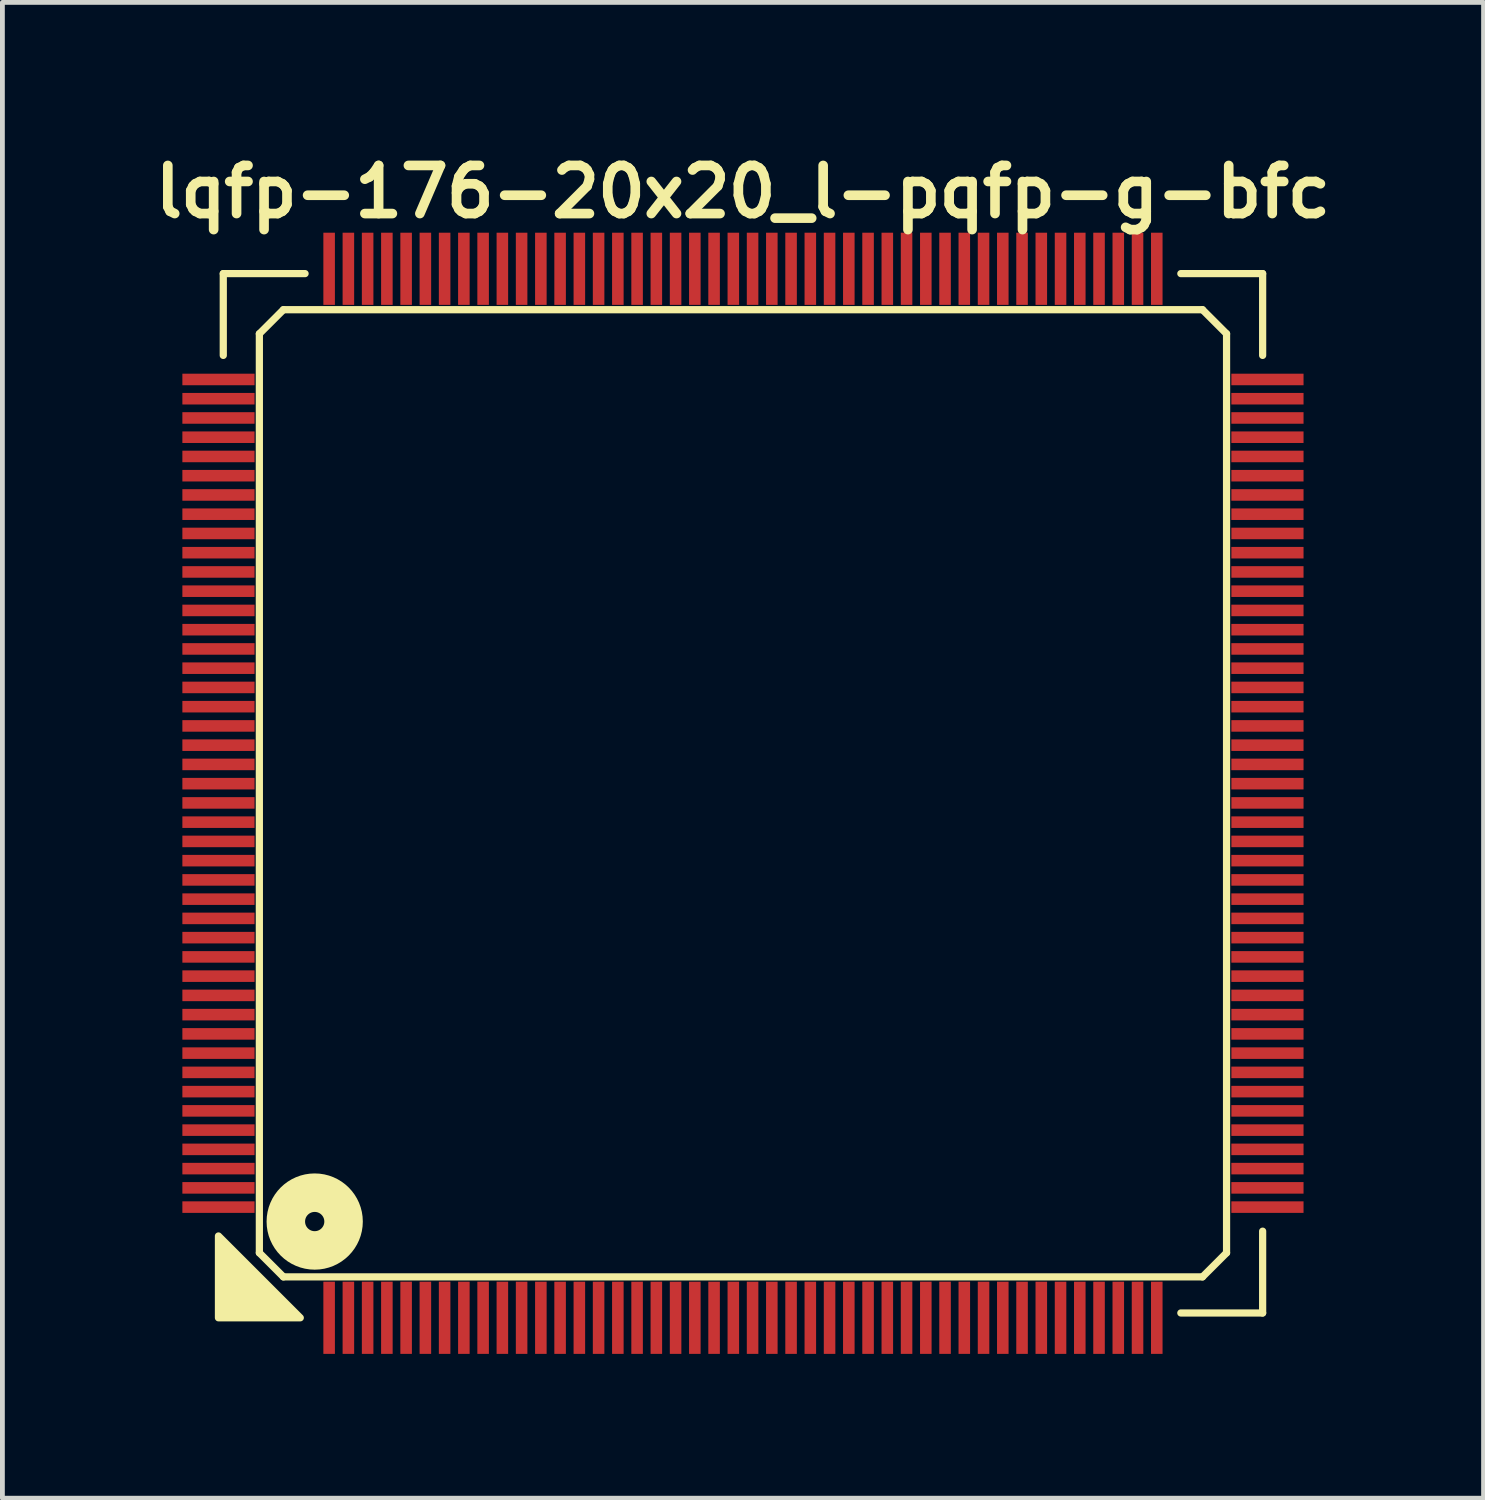
<source format=kicad_pcb>
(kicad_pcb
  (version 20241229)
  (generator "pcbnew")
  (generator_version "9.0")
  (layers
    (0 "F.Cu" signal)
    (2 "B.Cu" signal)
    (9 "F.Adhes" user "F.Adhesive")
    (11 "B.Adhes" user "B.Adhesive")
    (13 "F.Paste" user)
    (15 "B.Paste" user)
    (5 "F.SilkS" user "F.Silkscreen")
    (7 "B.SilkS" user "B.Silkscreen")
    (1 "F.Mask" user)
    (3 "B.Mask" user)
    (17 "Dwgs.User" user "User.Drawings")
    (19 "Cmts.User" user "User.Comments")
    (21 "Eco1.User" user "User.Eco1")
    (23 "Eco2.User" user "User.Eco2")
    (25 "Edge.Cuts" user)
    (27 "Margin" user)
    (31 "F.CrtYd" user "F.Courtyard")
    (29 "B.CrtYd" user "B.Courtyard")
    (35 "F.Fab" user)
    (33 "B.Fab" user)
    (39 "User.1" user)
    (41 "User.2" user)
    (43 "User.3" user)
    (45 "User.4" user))
  (footprint "lqfp-176-20x20_l-pqfp-g-bfc"
    (layer "F.Cu")
    (at 12.39 13.436)
    (property "Reference" "lqfp-176-20x20_l-pqfp-g-bfc" (at 0 -12.5 0) (layer "F.SilkS") (effects (font (size 1 1) (thickness 0.2))))
    (attr smd)
    (fp_line (start -10.8 -10.8) (end -9.1 -10.8) (stroke (width 0.15) (type solid)) (layer "F.SilkS"))
    (fp_line (start -10.8 -9.1) (end -10.8 -10.8) (stroke (width 0.15) (type solid)) (layer "F.SilkS"))
    (fp_line (start -10.05 -9.55) (end -9.55 -10.05) (stroke (width 0.15) (type solid)) (layer "F.SilkS"))
    (fp_line (start -10.05 9.55) (end -10.05 -9.55) (stroke (width 0.15) (type solid)) (layer "F.SilkS"))
    (fp_line (start -9.55 -10.05) (end 9.55 -10.05) (stroke (width 0.15) (type solid)) (layer "F.SilkS"))
    (fp_line (start -9.55 10.05) (end -10.05 9.55) (stroke (width 0.15) (type solid)) (layer "F.SilkS"))
    (fp_line (start 9.1 -10.8) (end 10.8 -10.8) (stroke (width 0.15) (type solid)) (layer "F.SilkS"))
    (fp_line (start 9.55 -10.05) (end 10.05 -9.55) (stroke (width 0.15) (type solid)) (layer "F.SilkS"))
    (fp_line (start 9.55 10.05) (end -9.55 10.05) (stroke (width 0.15) (type solid)) (layer "F.SilkS"))
    (fp_line (start 10.05 -9.55) (end 10.05 9.55) (stroke (width 0.15) (type solid)) (layer "F.SilkS"))
    (fp_line (start 10.05 9.55) (end 9.55 10.05) (stroke (width 0.15) (type solid)) (layer "F.SilkS"))
    (fp_line (start 10.8 -10.8) (end 10.8 -9.1) (stroke (width 0.15) (type solid)) (layer "F.SilkS"))
    (fp_line (start 10.8 9.1) (end 10.8 10.8) (stroke (width 0.15) (type solid)) (layer "F.SilkS"))
    (fp_line (start 10.8 10.8) (end 9.1 10.8) (stroke (width 0.15) (type solid)) (layer "F.SilkS"))
    (fp_circle (center -8.9 8.9) (end -8.7 8.9) (stroke (width 0.8) (type solid)) (fill no) (layer "F.SilkS"))
    (fp_poly (pts (xy -9.2 10.9) (xy -10.9 10.9) (xy -10.9 9.2)) (stroke (width 0.15) (type solid)) (fill yes) (layer "F.SilkS"))
    (pad "1" smd rect (at -8.6 10.9) (size 0.24 1.5) (layers "F.Cu" "F.Mask" "F.Paste"))
    (pad "2" smd rect (at -8.2 10.9) (size 0.24 1.5) (layers "F.Cu" "F.Mask" "F.Paste"))
    (pad "3" smd rect (at -7.8 10.9) (size 0.24 1.5) (layers "F.Cu" "F.Mask" "F.Paste"))
    (pad "4" smd rect (at -7.4 10.9) (size 0.24 1.5) (layers "F.Cu" "F.Mask" "F.Paste"))
    (pad "5" smd rect (at -7 10.9) (size 0.24 1.5) (layers "F.Cu" "F.Mask" "F.Paste"))
    (pad "6" smd rect (at -6.6 10.9) (size 0.24 1.5) (layers "F.Cu" "F.Mask" "F.Paste"))
    (pad "7" smd rect (at -6.2 10.9) (size 0.24 1.5) (layers "F.Cu" "F.Mask" "F.Paste"))
    (pad "8" smd rect (at -5.8 10.9) (size 0.24 1.5) (layers "F.Cu" "F.Mask" "F.Paste"))
    (pad "9" smd rect (at -5.4 10.9) (size 0.24 1.5) (layers "F.Cu" "F.Mask" "F.Paste"))
    (pad "10" smd rect (at -5 10.9) (size 0.24 1.5) (layers "F.Cu" "F.Mask" "F.Paste"))
    (pad "11" smd rect (at -4.6 10.9) (size 0.24 1.5) (layers "F.Cu" "F.Mask" "F.Paste"))
    (pad "12" smd rect (at -4.2 10.9) (size 0.24 1.5) (layers "F.Cu" "F.Mask" "F.Paste"))
    (pad "13" smd rect (at -3.8 10.9) (size 0.24 1.5) (layers "F.Cu" "F.Mask" "F.Paste"))
    (pad "14" smd rect (at -3.4 10.9) (size 0.24 1.5) (layers "F.Cu" "F.Mask" "F.Paste"))
    (pad "15" smd rect (at -3 10.9) (size 0.24 1.5) (layers "F.Cu" "F.Mask" "F.Paste"))
    (pad "16" smd rect (at -2.6 10.9) (size 0.24 1.5) (layers "F.Cu" "F.Mask" "F.Paste"))
    (pad "17" smd rect (at -2.2 10.9) (size 0.24 1.5) (layers "F.Cu" "F.Mask" "F.Paste"))
    (pad "18" smd rect (at -1.8 10.9) (size 0.24 1.5) (layers "F.Cu" "F.Mask" "F.Paste"))
    (pad "19" smd rect (at -1.4 10.9) (size 0.24 1.5) (layers "F.Cu" "F.Mask" "F.Paste"))
    (pad "20" smd rect (at -1 10.9) (size 0.24 1.5) (layers "F.Cu" "F.Mask" "F.Paste"))
    (pad "21" smd rect (at -0.6 10.9) (size 0.24 1.5) (layers "F.Cu" "F.Mask" "F.Paste"))
    (pad "22" smd rect (at -0.2 10.9) (size 0.24 1.5) (layers "F.Cu" "F.Mask" "F.Paste"))
    (pad "23" smd rect (at 0.2 10.9) (size 0.24 1.5) (layers "F.Cu" "F.Mask" "F.Paste"))
    (pad "24" smd rect (at 0.6 10.9) (size 0.24 1.5) (layers "F.Cu" "F.Mask" "F.Paste"))
    (pad "25" smd rect (at 1 10.9) (size 0.24 1.5) (layers "F.Cu" "F.Mask" "F.Paste"))
    (pad "26" smd rect (at 1.4 10.9) (size 0.24 1.5) (layers "F.Cu" "F.Mask" "F.Paste"))
    (pad "27" smd rect (at 1.8 10.9) (size 0.24 1.5) (layers "F.Cu" "F.Mask" "F.Paste"))
    (pad "28" smd rect (at 2.2 10.9) (size 0.24 1.5) (layers "F.Cu" "F.Mask" "F.Paste"))
    (pad "29" smd rect (at 2.6 10.9) (size 0.24 1.5) (layers "F.Cu" "F.Mask" "F.Paste"))
    (pad "30" smd rect (at 3 10.9) (size 0.24 1.5) (layers "F.Cu" "F.Mask" "F.Paste"))
    (pad "31" smd rect (at 3.4 10.9) (size 0.24 1.5) (layers "F.Cu" "F.Mask" "F.Paste"))
    (pad "32" smd rect (at 3.8 10.9) (size 0.24 1.5) (layers "F.Cu" "F.Mask" "F.Paste"))
    (pad "33" smd rect (at 4.2 10.9) (size 0.24 1.5) (layers "F.Cu" "F.Mask" "F.Paste"))
    (pad "34" smd rect (at 4.6 10.9) (size 0.24 1.5) (layers "F.Cu" "F.Mask" "F.Paste"))
    (pad "35" smd rect (at 5 10.9) (size 0.24 1.5) (layers "F.Cu" "F.Mask" "F.Paste"))
    (pad "36" smd rect (at 5.4 10.9) (size 0.24 1.5) (layers "F.Cu" "F.Mask" "F.Paste"))
    (pad "37" smd rect (at 5.8 10.9) (size 0.24 1.5) (layers "F.Cu" "F.Mask" "F.Paste"))
    (pad "38" smd rect (at 6.2 10.9) (size 0.24 1.5) (layers "F.Cu" "F.Mask" "F.Paste"))
    (pad "39" smd rect (at 6.6 10.9) (size 0.24 1.5) (layers "F.Cu" "F.Mask" "F.Paste"))
    (pad "40" smd rect (at 7 10.9) (size 0.24 1.5) (layers "F.Cu" "F.Mask" "F.Paste"))
    (pad "41" smd rect (at 7.4 10.9) (size 0.24 1.5) (layers "F.Cu" "F.Mask" "F.Paste"))
    (pad "42" smd rect (at 7.8 10.9) (size 0.24 1.5) (layers "F.Cu" "F.Mask" "F.Paste"))
    (pad "43" smd rect (at 8.2 10.9) (size 0.24 1.5) (layers "F.Cu" "F.Mask" "F.Paste"))
    (pad "44" smd rect (at 8.6 10.9) (size 0.24 1.5) (layers "F.Cu" "F.Mask" "F.Paste"))
    (pad "45" smd rect (at 10.9 8.6) (size 1.5 0.24) (layers "F.Cu" "F.Mask" "F.Paste"))
    (pad "46" smd rect (at 10.9 8.2) (size 1.5 0.24) (layers "F.Cu" "F.Mask" "F.Paste"))
    (pad "47" smd rect (at 10.9 7.8) (size 1.5 0.24) (layers "F.Cu" "F.Mask" "F.Paste"))
    (pad "48" smd rect (at 10.9 7.4) (size 1.5 0.24) (layers "F.Cu" "F.Mask" "F.Paste"))
    (pad "49" smd rect (at 10.9 7) (size 1.5 0.24) (layers "F.Cu" "F.Mask" "F.Paste"))
    (pad "50" smd rect (at 10.9 6.6) (size 1.5 0.24) (layers "F.Cu" "F.Mask" "F.Paste"))
    (pad "51" smd rect (at 10.9 6.2) (size 1.5 0.24) (layers "F.Cu" "F.Mask" "F.Paste"))
    (pad "52" smd rect (at 10.9 5.8) (size 1.5 0.24) (layers "F.Cu" "F.Mask" "F.Paste"))
    (pad "53" smd rect (at 10.9 5.4) (size 1.5 0.24) (layers "F.Cu" "F.Mask" "F.Paste"))
    (pad "54" smd rect (at 10.9 5) (size 1.5 0.24) (layers "F.Cu" "F.Mask" "F.Paste"))
    (pad "55" smd rect (at 10.9 4.6) (size 1.5 0.24) (layers "F.Cu" "F.Mask" "F.Paste"))
    (pad "56" smd rect (at 10.9 4.2) (size 1.5 0.24) (layers "F.Cu" "F.Mask" "F.Paste"))
    (pad "57" smd rect (at 10.9 3.8) (size 1.5 0.24) (layers "F.Cu" "F.Mask" "F.Paste"))
    (pad "58" smd rect (at 10.9 3.4) (size 1.5 0.24) (layers "F.Cu" "F.Mask" "F.Paste"))
    (pad "59" smd rect (at 10.9 3) (size 1.5 0.24) (layers "F.Cu" "F.Mask" "F.Paste"))
    (pad "60" smd rect (at 10.9 2.6) (size 1.5 0.24) (layers "F.Cu" "F.Mask" "F.Paste"))
    (pad "61" smd rect (at 10.9 2.2) (size 1.5 0.24) (layers "F.Cu" "F.Mask" "F.Paste"))
    (pad "62" smd rect (at 10.9 1.8) (size 1.5 0.24) (layers "F.Cu" "F.Mask" "F.Paste"))
    (pad "63" smd rect (at 10.9 1.4) (size 1.5 0.24) (layers "F.Cu" "F.Mask" "F.Paste"))
    (pad "64" smd rect (at 10.9 1) (size 1.5 0.24) (layers "F.Cu" "F.Mask" "F.Paste"))
    (pad "65" smd rect (at 10.9 0.6) (size 1.5 0.24) (layers "F.Cu" "F.Mask" "F.Paste"))
    (pad "66" smd rect (at 10.9 0.2) (size 1.5 0.24) (layers "F.Cu" "F.Mask" "F.Paste"))
    (pad "67" smd rect (at 10.9 -0.2) (size 1.5 0.24) (layers "F.Cu" "F.Mask" "F.Paste"))
    (pad "68" smd rect (at 10.9 -0.6) (size 1.5 0.24) (layers "F.Cu" "F.Mask" "F.Paste"))
    (pad "69" smd rect (at 10.9 -1) (size 1.5 0.24) (layers "F.Cu" "F.Mask" "F.Paste"))
    (pad "70" smd rect (at 10.9 -1.4) (size 1.5 0.24) (layers "F.Cu" "F.Mask" "F.Paste"))
    (pad "71" smd rect (at 10.9 -1.8) (size 1.5 0.24) (layers "F.Cu" "F.Mask" "F.Paste"))
    (pad "72" smd rect (at 10.9 -2.2) (size 1.5 0.24) (layers "F.Cu" "F.Mask" "F.Paste"))
    (pad "73" smd rect (at 10.9 -2.6) (size 1.5 0.24) (layers "F.Cu" "F.Mask" "F.Paste"))
    (pad "74" smd rect (at 10.9 -3) (size 1.5 0.24) (layers "F.Cu" "F.Mask" "F.Paste"))
    (pad "75" smd rect (at 10.9 -3.4) (size 1.5 0.24) (layers "F.Cu" "F.Mask" "F.Paste"))
    (pad "76" smd rect (at 10.9 -3.8) (size 1.5 0.24) (layers "F.Cu" "F.Mask" "F.Paste"))
    (pad "77" smd rect (at 10.9 -4.2) (size 1.5 0.24) (layers "F.Cu" "F.Mask" "F.Paste"))
    (pad "78" smd rect (at 10.9 -4.6) (size 1.5 0.24) (layers "F.Cu" "F.Mask" "F.Paste"))
    (pad "79" smd rect (at 10.9 -5) (size 1.5 0.24) (layers "F.Cu" "F.Mask" "F.Paste"))
    (pad "80" smd rect (at 10.9 -5.4) (size 1.5 0.24) (layers "F.Cu" "F.Mask" "F.Paste"))
    (pad "81" smd rect (at 10.9 -5.8) (size 1.5 0.24) (layers "F.Cu" "F.Mask" "F.Paste"))
    (pad "82" smd rect (at 10.9 -6.2) (size 1.5 0.24) (layers "F.Cu" "F.Mask" "F.Paste"))
    (pad "83" smd rect (at 10.9 -6.6) (size 1.5 0.24) (layers "F.Cu" "F.Mask" "F.Paste"))
    (pad "84" smd rect (at 10.9 -7) (size 1.5 0.24) (layers "F.Cu" "F.Mask" "F.Paste"))
    (pad "85" smd rect (at 10.9 -7.4) (size 1.5 0.24) (layers "F.Cu" "F.Mask" "F.Paste"))
    (pad "86" smd rect (at 10.9 -7.8) (size 1.5 0.24) (layers "F.Cu" "F.Mask" "F.Paste"))
    (pad "87" smd rect (at 10.9 -8.2) (size 1.5 0.24) (layers "F.Cu" "F.Mask" "F.Paste"))
    (pad "88" smd rect (at 10.9 -8.6) (size 1.5 0.24) (layers "F.Cu" "F.Mask" "F.Paste"))
    (pad "89" smd rect (at 8.6 -10.9) (size 0.24 1.5) (layers "F.Cu" "F.Mask" "F.Paste"))
    (pad "90" smd rect (at 8.2 -10.9) (size 0.24 1.5) (layers "F.Cu" "F.Mask" "F.Paste"))
    (pad "91" smd rect (at 7.8 -10.9) (size 0.24 1.5) (layers "F.Cu" "F.Mask" "F.Paste"))
    (pad "92" smd rect (at 7.4 -10.9) (size 0.24 1.5) (layers "F.Cu" "F.Mask" "F.Paste"))
    (pad "93" smd rect (at 7 -10.9) (size 0.24 1.5) (layers "F.Cu" "F.Mask" "F.Paste"))
    (pad "94" smd rect (at 6.6 -10.9) (size 0.24 1.5) (layers "F.Cu" "F.Mask" "F.Paste"))
    (pad "95" smd rect (at 6.2 -10.9) (size 0.24 1.5) (layers "F.Cu" "F.Mask" "F.Paste"))
    (pad "96" smd rect (at 5.8 -10.9) (size 0.24 1.5) (layers "F.Cu" "F.Mask" "F.Paste"))
    (pad "97" smd rect (at 5.4 -10.9) (size 0.24 1.5) (layers "F.Cu" "F.Mask" "F.Paste"))
    (pad "98" smd rect (at 5 -10.9) (size 0.24 1.5) (layers "F.Cu" "F.Mask" "F.Paste"))
    (pad "99" smd rect (at 4.6 -10.9) (size 0.24 1.5) (layers "F.Cu" "F.Mask" "F.Paste"))
    (pad "100" smd rect (at 4.2 -10.9) (size 0.24 1.5) (layers "F.Cu" "F.Mask" "F.Paste"))
    (pad "101" smd rect (at 3.8 -10.9) (size 0.24 1.5) (layers "F.Cu" "F.Mask" "F.Paste"))
    (pad "102" smd rect (at 3.4 -10.9) (size 0.24 1.5) (layers "F.Cu" "F.Mask" "F.Paste"))
    (pad "103" smd rect (at 3 -10.9) (size 0.24 1.5) (layers "F.Cu" "F.Mask" "F.Paste"))
    (pad "104" smd rect (at 2.6 -10.9) (size 0.24 1.5) (layers "F.Cu" "F.Mask" "F.Paste"))
    (pad "105" smd rect (at 2.2 -10.9) (size 0.24 1.5) (layers "F.Cu" "F.Mask" "F.Paste"))
    (pad "106" smd rect (at 1.8 -10.9) (size 0.24 1.5) (layers "F.Cu" "F.Mask" "F.Paste"))
    (pad "107" smd rect (at 1.4 -10.9) (size 0.24 1.5) (layers "F.Cu" "F.Mask" "F.Paste"))
    (pad "108" smd rect (at 1 -10.9) (size 0.24 1.5) (layers "F.Cu" "F.Mask" "F.Paste"))
    (pad "109" smd rect (at 0.6 -10.9) (size 0.24 1.5) (layers "F.Cu" "F.Mask" "F.Paste"))
    (pad "110" smd rect (at 0.2 -10.9) (size 0.24 1.5) (layers "F.Cu" "F.Mask" "F.Paste"))
    (pad "111" smd rect (at -0.2 -10.9) (size 0.24 1.5) (layers "F.Cu" "F.Mask" "F.Paste"))
    (pad "112" smd rect (at -0.6 -10.9) (size 0.24 1.5) (layers "F.Cu" "F.Mask" "F.Paste"))
    (pad "113" smd rect (at -1 -10.9) (size 0.24 1.5) (layers "F.Cu" "F.Mask" "F.Paste"))
    (pad "114" smd rect (at -1.4 -10.9) (size 0.24 1.5) (layers "F.Cu" "F.Mask" "F.Paste"))
    (pad "115" smd rect (at -1.8 -10.9) (size 0.24 1.5) (layers "F.Cu" "F.Mask" "F.Paste"))
    (pad "116" smd rect (at -2.2 -10.9) (size 0.24 1.5) (layers "F.Cu" "F.Mask" "F.Paste"))
    (pad "117" smd rect (at -2.6 -10.9) (size 0.24 1.5) (layers "F.Cu" "F.Mask" "F.Paste"))
    (pad "118" smd rect (at -3 -10.9) (size 0.24 1.5) (layers "F.Cu" "F.Mask" "F.Paste"))
    (pad "119" smd rect (at -3.4 -10.9) (size 0.24 1.5) (layers "F.Cu" "F.Mask" "F.Paste"))
    (pad "120" smd rect (at -3.8 -10.9) (size 0.24 1.5) (layers "F.Cu" "F.Mask" "F.Paste"))
    (pad "121" smd rect (at -4.2 -10.9) (size 0.24 1.5) (layers "F.Cu" "F.Mask" "F.Paste"))
    (pad "122" smd rect (at -4.6 -10.9) (size 0.24 1.5) (layers "F.Cu" "F.Mask" "F.Paste"))
    (pad "123" smd rect (at -5 -10.9) (size 0.24 1.5) (layers "F.Cu" "F.Mask" "F.Paste"))
    (pad "124" smd rect (at -5.4 -10.9) (size 0.24 1.5) (layers "F.Cu" "F.Mask" "F.Paste"))
    (pad "125" smd rect (at -5.8 -10.9) (size 0.24 1.5) (layers "F.Cu" "F.Mask" "F.Paste"))
    (pad "126" smd rect (at -6.2 -10.9) (size 0.24 1.5) (layers "F.Cu" "F.Mask" "F.Paste"))
    (pad "127" smd rect (at -6.6 -10.9) (size 0.24 1.5) (layers "F.Cu" "F.Mask" "F.Paste"))
    (pad "128" smd rect (at -7 -10.9) (size 0.24 1.5) (layers "F.Cu" "F.Mask" "F.Paste"))
    (pad "129" smd rect (at -7.4 -10.9) (size 0.24 1.5) (layers "F.Cu" "F.Mask" "F.Paste"))
    (pad "130" smd rect (at -7.8 -10.9) (size 0.24 1.5) (layers "F.Cu" "F.Mask" "F.Paste"))
    (pad "131" smd rect (at -8.2 -10.9) (size 0.24 1.5) (layers "F.Cu" "F.Mask" "F.Paste"))
    (pad "132" smd rect (at -8.6 -10.9) (size 0.24 1.5) (layers "F.Cu" "F.Mask" "F.Paste"))
    (pad "133" smd rect (at -10.9 -8.6) (size 1.5 0.24) (layers "F.Cu" "F.Mask" "F.Paste"))
    (pad "134" smd rect (at -10.9 -8.2) (size 1.5 0.24) (layers "F.Cu" "F.Mask" "F.Paste"))
    (pad "135" smd rect (at -10.9 -7.8) (size 1.5 0.24) (layers "F.Cu" "F.Mask" "F.Paste"))
    (pad "136" smd rect (at -10.9 -7.4) (size 1.5 0.24) (layers "F.Cu" "F.Mask" "F.Paste"))
    (pad "137" smd rect (at -10.9 -7) (size 1.5 0.24) (layers "F.Cu" "F.Mask" "F.Paste"))
    (pad "138" smd rect (at -10.9 -6.6) (size 1.5 0.24) (layers "F.Cu" "F.Mask" "F.Paste"))
    (pad "139" smd rect (at -10.9 -6.2) (size 1.5 0.24) (layers "F.Cu" "F.Mask" "F.Paste"))
    (pad "140" smd rect (at -10.9 -5.8) (size 1.5 0.24) (layers "F.Cu" "F.Mask" "F.Paste"))
    (pad "141" smd rect (at -10.9 -5.4) (size 1.5 0.24) (layers "F.Cu" "F.Mask" "F.Paste"))
    (pad "142" smd rect (at -10.9 -5) (size 1.5 0.24) (layers "F.Cu" "F.Mask" "F.Paste"))
    (pad "143" smd rect (at -10.9 -4.6) (size 1.5 0.24) (layers "F.Cu" "F.Mask" "F.Paste"))
    (pad "144" smd rect (at -10.9 -4.2) (size 1.5 0.24) (layers "F.Cu" "F.Mask" "F.Paste"))
    (pad "145" smd rect (at -10.9 -3.8) (size 1.5 0.24) (layers "F.Cu" "F.Mask" "F.Paste"))
    (pad "146" smd rect (at -10.9 -3.4) (size 1.5 0.24) (layers "F.Cu" "F.Mask" "F.Paste"))
    (pad "147" smd rect (at -10.9 -3) (size 1.5 0.24) (layers "F.Cu" "F.Mask" "F.Paste"))
    (pad "148" smd rect (at -10.9 -2.6) (size 1.5 0.24) (layers "F.Cu" "F.Mask" "F.Paste"))
    (pad "149" smd rect (at -10.9 -2.2) (size 1.5 0.24) (layers "F.Cu" "F.Mask" "F.Paste"))
    (pad "150" smd rect (at -10.9 -1.8) (size 1.5 0.24) (layers "F.Cu" "F.Mask" "F.Paste"))
    (pad "151" smd rect (at -10.9 -1.4) (size 1.5 0.24) (layers "F.Cu" "F.Mask" "F.Paste"))
    (pad "152" smd rect (at -10.9 -1) (size 1.5 0.24) (layers "F.Cu" "F.Mask" "F.Paste"))
    (pad "153" smd rect (at -10.9 -0.6) (size 1.5 0.24) (layers "F.Cu" "F.Mask" "F.Paste"))
    (pad "154" smd rect (at -10.9 -0.2) (size 1.5 0.24) (layers "F.Cu" "F.Mask" "F.Paste"))
    (pad "155" smd rect (at -10.9 0.2) (size 1.5 0.24) (layers "F.Cu" "F.Mask" "F.Paste"))
    (pad "156" smd rect (at -10.9 0.6) (size 1.5 0.24) (layers "F.Cu" "F.Mask" "F.Paste"))
    (pad "157" smd rect (at -10.9 1) (size 1.5 0.24) (layers "F.Cu" "F.Mask" "F.Paste"))
    (pad "158" smd rect (at -10.9 1.4) (size 1.5 0.24) (layers "F.Cu" "F.Mask" "F.Paste"))
    (pad "159" smd rect (at -10.9 1.8) (size 1.5 0.24) (layers "F.Cu" "F.Mask" "F.Paste"))
    (pad "160" smd rect (at -10.9 2.2) (size 1.5 0.24) (layers "F.Cu" "F.Mask" "F.Paste"))
    (pad "161" smd rect (at -10.9 2.6) (size 1.5 0.24) (layers "F.Cu" "F.Mask" "F.Paste"))
    (pad "162" smd rect (at -10.9 3) (size 1.5 0.24) (layers "F.Cu" "F.Mask" "F.Paste"))
    (pad "163" smd rect (at -10.9 3.4) (size 1.5 0.24) (layers "F.Cu" "F.Mask" "F.Paste"))
    (pad "164" smd rect (at -10.9 3.8) (size 1.5 0.24) (layers "F.Cu" "F.Mask" "F.Paste"))
    (pad "165" smd rect (at -10.9 4.2) (size 1.5 0.24) (layers "F.Cu" "F.Mask" "F.Paste"))
    (pad "166" smd rect (at -10.9 4.6) (size 1.5 0.24) (layers "F.Cu" "F.Mask" "F.Paste"))
    (pad "167" smd rect (at -10.9 5) (size 1.5 0.24) (layers "F.Cu" "F.Mask" "F.Paste"))
    (pad "168" smd rect (at -10.9 5.4) (size 1.5 0.24) (layers "F.Cu" "F.Mask" "F.Paste"))
    (pad "169" smd rect (at -10.9 5.8) (size 1.5 0.24) (layers "F.Cu" "F.Mask" "F.Paste"))
    (pad "170" smd rect (at -10.9 6.2) (size 1.5 0.24) (layers "F.Cu" "F.Mask" "F.Paste"))
    (pad "171" smd rect (at -10.9 6.6) (size 1.5 0.24) (layers "F.Cu" "F.Mask" "F.Paste"))
    (pad "172" smd rect (at -10.9 7) (size 1.5 0.24) (layers "F.Cu" "F.Mask" "F.Paste"))
    (pad "173" smd rect (at -10.9 7.4) (size 1.5 0.24) (layers "F.Cu" "F.Mask" "F.Paste"))
    (pad "174" smd rect (at -10.9 7.8) (size 1.5 0.24) (layers "F.Cu" "F.Mask" "F.Paste"))
    (pad "175" smd rect (at -10.9 8.2) (size 1.5 0.24) (layers "F.Cu" "F.Mask" "F.Paste"))
    (pad "176" smd rect (at -10.9 8.6) (size 1.5 0.24) (layers "F.Cu" "F.Mask" "F.Paste")))
  (gr_rect
    (start -3 -3)
    (end 27.781 28.086)
    (stroke (width 0.1) (type default))
    (fill no)
    (layer "Edge.Cuts")))
</source>
